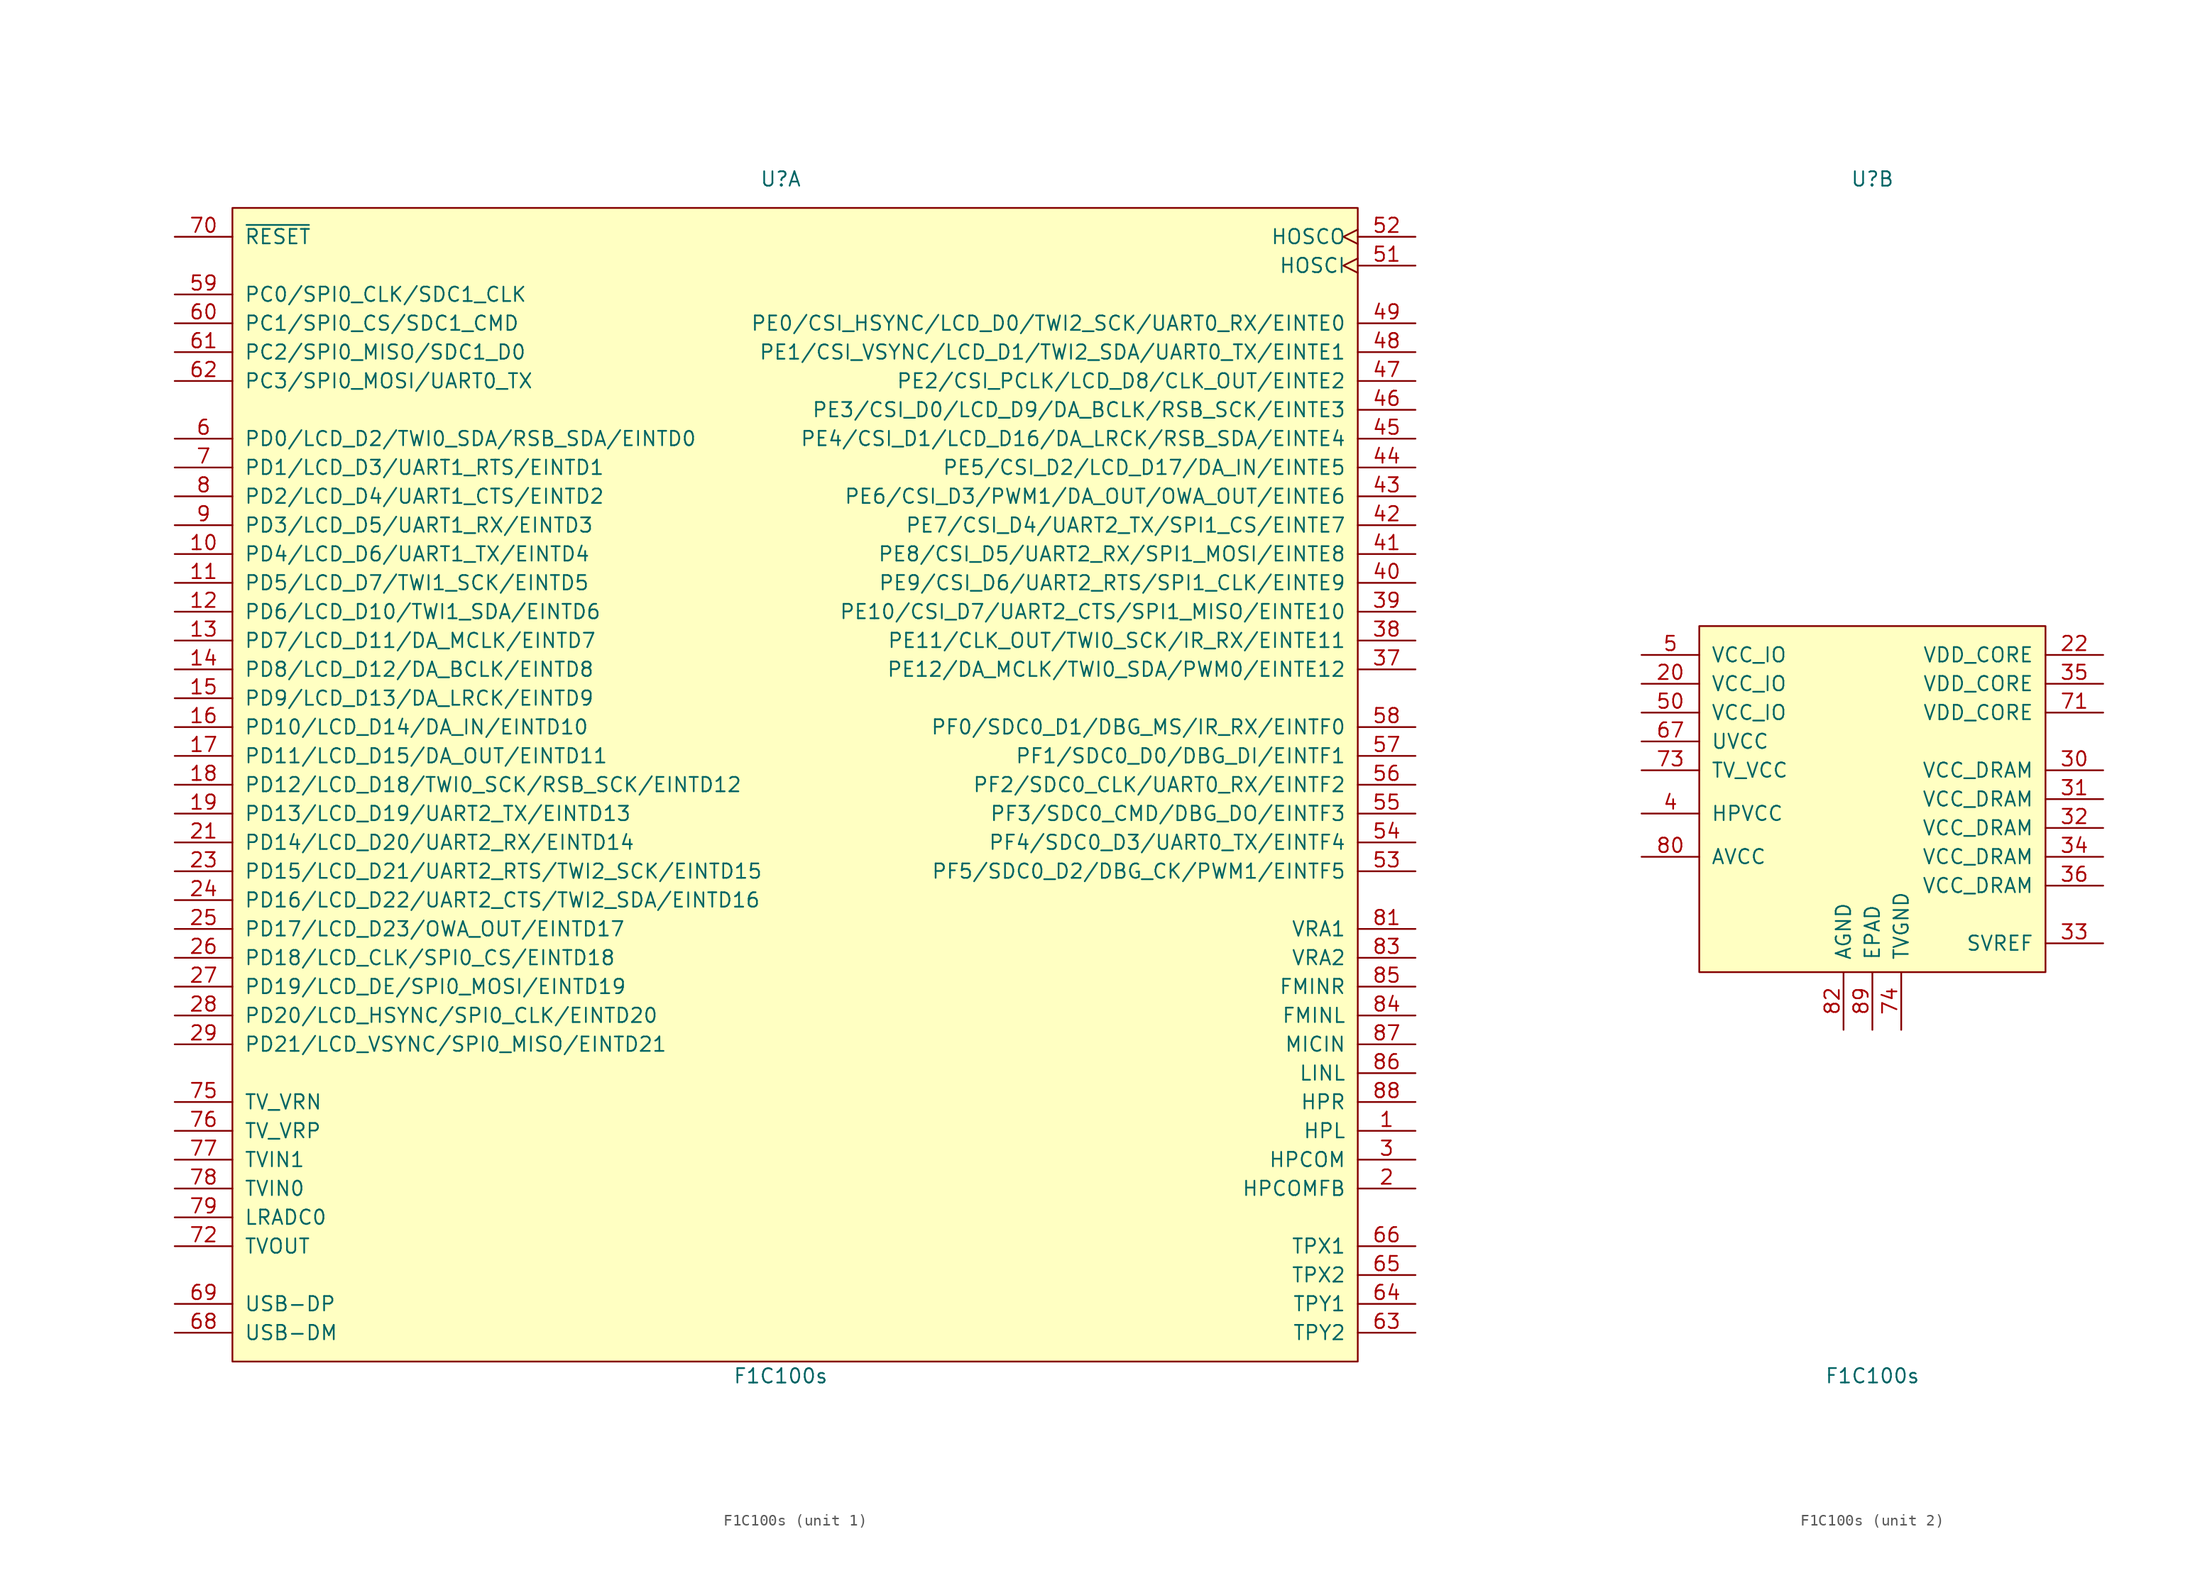
<source format=kicad_sym>
(kicad_symbol_lib
  (version 20211014)
  (generator kicad_symbol_editor)
  (symbol "F1C100s"
    (pin_names
      (offset 1.016))
    (property "Reference" "U"
      (at 0 53.34 0)
      (effects (font (size 1.27 1.27))))
    (property "Value" "F1C100s"
      (at 0 -52.07 0)
      (effects (font (size 1.27 1.27))))
    (property "ki_locked" ""
      (at 0 0 0)
      (effects (font (size 1.27 1.27))))
    (symbol "F1C100s_1_0"
      (pin output line (at 55.88 -30.48 180) (length 5.08) (name "HPL" (effects (font (size 1.27 1.27)))) (number "1" (effects (font (size 1.27 1.27)))))
      (pin bidirectional line (at -53.34 20.32 0) (length 5.08) (name "PD4/LCD_D6/UART1_TX/EINTD4" (effects (font (size 1.27 1.27)))) (number "10" (effects (font (size 1.27 1.27)))))
      (pin bidirectional line (at -53.34 17.78 0) (length 5.08) (name "PD5/LCD_D7/TWI1_SCK/EINTD5" (effects (font (size 1.27 1.27)))) (number "11" (effects (font (size 1.27 1.27)))))
      (pin bidirectional line (at -53.34 15.24 0) (length 5.08) (name "PD6/LCD_D10/TWI1_SDA/EINTD6" (effects (font (size 1.27 1.27)))) (number "12" (effects (font (size 1.27 1.27)))))
      (pin bidirectional line (at -53.34 12.7 0) (length 5.08) (name "PD7/LCD_D11/DA_MCLK/EINTD7" (effects (font (size 1.27 1.27)))) (number "13" (effects (font (size 1.27 1.27)))))
      (pin bidirectional line (at -53.34 10.16 0) (length 5.08) (name "PD8/LCD_D12/DA_BCLK/EINTD8" (effects (font (size 1.27 1.27)))) (number "14" (effects (font (size 1.27 1.27)))))
      (pin bidirectional line (at -53.34 7.62 0) (length 5.08) (name "PD9/LCD_D13/DA_LRCK/EINTD9" (effects (font (size 1.27 1.27)))) (number "15" (effects (font (size 1.27 1.27)))))
      (pin bidirectional line (at -53.34 5.08 0) (length 5.08) (name "PD10/LCD_D14/DA_IN/EINTD10" (effects (font (size 1.27 1.27)))) (number "16" (effects (font (size 1.27 1.27)))))
      (pin bidirectional line (at -53.34 2.54 0) (length 5.08) (name "PD11/LCD_D15/DA_OUT/EINTD11" (effects (font (size 1.27 1.27)))) (number "17" (effects (font (size 1.27 1.27)))))
      (pin bidirectional line (at -53.34 0 0) (length 5.08) (name "PD12/LCD_D18/TWI0_SCK/RSB_SCK/EINTD12" (effects (font (size 1.27 1.27)))) (number "18" (effects (font (size 1.27 1.27)))))
      (pin bidirectional line (at -53.34 -2.54 0) (length 5.08) (name "PD13/LCD_D19/UART2_TX/EINTD13" (effects (font (size 1.27 1.27)))) (number "19" (effects (font (size 1.27 1.27)))))
      (pin input line (at 55.88 -35.56 180) (length 5.08) (name "HPCOMFB" (effects (font (size 1.27 1.27)))) (number "2" (effects (font (size 1.27 1.27)))))
      (pin bidirectional line (at -53.34 -5.08 0) (length 5.08) (name "PD14/LCD_D20/UART2_RX/EINTD14" (effects (font (size 1.27 1.27)))) (number "21" (effects (font (size 1.27 1.27)))))
      (pin bidirectional line (at -53.34 -7.62 0) (length 5.08) (name "PD15/LCD_D21/UART2_RTS/TWI2_SCK/EINTD15" (effects (font (size 1.27 1.27)))) (number "23" (effects (font (size 1.27 1.27)))))
      (pin bidirectional line (at -53.34 -10.16 0) (length 5.08) (name "PD16/LCD_D22/UART2_CTS/TWI2_SDA/EINTD16" (effects (font (size 1.27 1.27)))) (number "24" (effects (font (size 1.27 1.27)))))
      (pin bidirectional line (at -53.34 -12.7 0) (length 5.08) (name "PD17/LCD_D23/OWA_OUT/EINTD17" (effects (font (size 1.27 1.27)))) (number "25" (effects (font (size 1.27 1.27)))))
      (pin bidirectional line (at -53.34 -15.24 0) (length 5.08) (name "PD18/LCD_CLK/SPI0_CS/EINTD18" (effects (font (size 1.27 1.27)))) (number "26" (effects (font (size 1.27 1.27)))))
      (pin bidirectional line (at -53.34 -17.78 0) (length 5.08) (name "PD19/LCD_DE/SPI0_MOSI/EINTD19" (effects (font (size 1.27 1.27)))) (number "27" (effects (font (size 1.27 1.27)))))
      (pin bidirectional line (at -53.34 -20.32 0) (length 5.08) (name "PD20/LCD_HSYNC/SPI0_CLK/EINTD20" (effects (font (size 1.27 1.27)))) (number "28" (effects (font (size 1.27 1.27)))))
      (pin bidirectional line (at -53.34 -22.86 0) (length 5.08) (name "PD21/LCD_VSYNC/SPI0_MISO/EINTD21" (effects (font (size 1.27 1.27)))) (number "29" (effects (font (size 1.27 1.27)))))
      (pin output line (at 55.88 -33.02 180) (length 5.08) (name "HPCOM" (effects (font (size 1.27 1.27)))) (number "3" (effects (font (size 1.27 1.27)))))
      (pin bidirectional line (at 55.88 10.16 180) (length 5.08) (name "PE12/DA_MCLK/TWI0_SDA/PWM0/EINTE12" (effects (font (size 1.27 1.27)))) (number "37" (effects (font (size 1.27 1.27)))))
      (pin bidirectional line (at 55.88 12.7 180) (length 5.08) (name "PE11/CLK_OUT/TWI0_SCK/IR_RX/EINTE11" (effects (font (size 1.27 1.27)))) (number "38" (effects (font (size 1.27 1.27)))))
      (pin bidirectional line (at 55.88 15.24 180) (length 5.08) (name "PE10/CSI_D7/UART2_CTS/SPI1_MISO/EINTE10" (effects (font (size 1.27 1.27)))) (number "39" (effects (font (size 1.27 1.27)))))
      (pin bidirectional line (at 55.88 17.78 180) (length 5.08) (name "PE9/CSI_D6/UART2_RTS/SPI1_CLK/EINTE9" (effects (font (size 1.27 1.27)))) (number "40" (effects (font (size 1.27 1.27)))))
      (pin bidirectional line (at 55.88 20.32 180) (length 5.08) (name "PE8/CSI_D5/UART2_RX/SPI1_MOSI/EINTE8" (effects (font (size 1.27 1.27)))) (number "41" (effects (font (size 1.27 1.27)))))
      (pin bidirectional line (at 55.88 22.86 180) (length 5.08) (name "PE7/CSI_D4/UART2_TX/SPI1_CS/EINTE7" (effects (font (size 1.27 1.27)))) (number "42" (effects (font (size 1.27 1.27)))))
      (pin bidirectional line (at 55.88 25.4 180) (length 5.08) (name "PE6/CSI_D3/PWM1/DA_OUT/OWA_OUT/EINTE6" (effects (font (size 1.27 1.27)))) (number "43" (effects (font (size 1.27 1.27)))))
      (pin bidirectional line (at 55.88 27.94 180) (length 5.08) (name "PE5/CSI_D2/LCD_D17/DA_IN/EINTE5" (effects (font (size 1.27 1.27)))) (number "44" (effects (font (size 1.27 1.27)))))
      (pin bidirectional line (at 55.88 30.48 180) (length 5.08) (name "PE4/CSI_D1/LCD_D16/DA_LRCK/RSB_SDA/EINTE4" (effects (font (size 1.27 1.27)))) (number "45" (effects (font (size 1.27 1.27)))))
      (pin bidirectional line (at 55.88 33.02 180) (length 5.08) (name "PE3/CSI_D0/LCD_D9/DA_BCLK/RSB_SCK/EINTE3" (effects (font (size 1.27 1.27)))) (number "46" (effects (font (size 1.27 1.27)))))
      (pin bidirectional line (at 55.88 35.56 180) (length 5.08) (name "PE2/CSI_PCLK/LCD_D8/CLK_OUT/EINTE2" (effects (font (size 1.27 1.27)))) (number "47" (effects (font (size 1.27 1.27)))))
      (pin bidirectional line (at 55.88 38.1 180) (length 5.08) (name "PE1/CSI_VSYNC/LCD_D1/TWI2_SDA/UART0_TX/EINTE1" (effects (font (size 1.27 1.27)))) (number "48" (effects (font (size 1.27 1.27)))))
      (pin bidirectional line (at 55.88 40.64 180) (length 5.08) (name "PE0/CSI_HSYNC/LCD_D0/TWI2_SCK/UART0_RX/EINTE0" (effects (font (size 1.27 1.27)))) (number "49" (effects (font (size 1.27 1.27)))))
      (pin input clock (at 55.88 45.72 180) (length 5.08) (name "HOSCI" (effects (font (size 1.27 1.27)))) (number "51" (effects (font (size 1.27 1.27)))))
      (pin input clock (at 55.88 48.26 180) (length 5.08) (name "HOSCO" (effects (font (size 1.27 1.27)))) (number "52" (effects (font (size 1.27 1.27)))))
      (pin bidirectional line (at 55.88 -7.62 180) (length 5.08) (name "PF5/SDC0_D2/DBG_CK/PWM1/EINTF5" (effects (font (size 1.27 1.27)))) (number "53" (effects (font (size 1.27 1.27)))))
      (pin bidirectional line (at 55.88 -5.08 180) (length 5.08) (name "PF4/SDC0_D3/UART0_TX/EINTF4" (effects (font (size 1.27 1.27)))) (number "54" (effects (font (size 1.27 1.27)))))
      (pin bidirectional line (at 55.88 -2.54 180) (length 5.08) (name "PF3/SDC0_CMD/DBG_DO/EINTF3" (effects (font (size 1.27 1.27)))) (number "55" (effects (font (size 1.27 1.27)))))
      (pin bidirectional line (at 55.88 0 180) (length 5.08) (name "PF2/SDC0_CLK/UART0_RX/EINTF2" (effects (font (size 1.27 1.27)))) (number "56" (effects (font (size 1.27 1.27)))))
      (pin bidirectional line (at 55.88 2.54 180) (length 5.08) (name "PF1/SDC0_D0/DBG_DI/EINTF1" (effects (font (size 1.27 1.27)))) (number "57" (effects (font (size 1.27 1.27)))))
      (pin bidirectional line (at 55.88 5.08 180) (length 5.08) (name "PF0/SDC0_D1/DBG_MS/IR_RX/EINTF0" (effects (font (size 1.27 1.27)))) (number "58" (effects (font (size 1.27 1.27)))))
      (pin bidirectional line (at -53.34 43.18 0) (length 5.08) (name "PC0/SPI0_CLK/SDC1_CLK" (effects (font (size 1.27 1.27)))) (number "59" (effects (font (size 1.27 1.27)))))
      (pin bidirectional line (at -53.34 30.48 0) (length 5.08) (name "PD0/LCD_D2/TWI0_SDA/RSB_SDA/EINTD0" (effects (font (size 1.27 1.27)))) (number "6" (effects (font (size 1.27 1.27)))))
      (pin bidirectional line (at -53.34 40.64 0) (length 5.08) (name "PC1/SPI0_CS/SDC1_CMD" (effects (font (size 1.27 1.27)))) (number "60" (effects (font (size 1.27 1.27)))))
      (pin bidirectional line (at -53.34 38.1 0) (length 5.08) (name "PC2/SPI0_MISO/SDC1_D0" (effects (font (size 1.27 1.27)))) (number "61" (effects (font (size 1.27 1.27)))))
      (pin bidirectional line (at -53.34 35.56 0) (length 5.08) (name "PC3/SPI0_MOSI/UART0_TX" (effects (font (size 1.27 1.27)))) (number "62" (effects (font (size 1.27 1.27)))))
      (pin input line (at 55.88 -48.26 180) (length 5.08) (name "TPY2" (effects (font (size 1.27 1.27)))) (number "63" (effects (font (size 1.27 1.27)))))
      (pin input line (at 55.88 -45.72 180) (length 5.08) (name "TPY1" (effects (font (size 1.27 1.27)))) (number "64" (effects (font (size 1.27 1.27)))))
      (pin input line (at 55.88 -43.18 180) (length 5.08) (name "TPX2" (effects (font (size 1.27 1.27)))) (number "65" (effects (font (size 1.27 1.27)))))
      (pin input line (at 55.88 -40.64 180) (length 5.08) (name "TPX1" (effects (font (size 1.27 1.27)))) (number "66" (effects (font (size 1.27 1.27)))))
      (pin bidirectional line (at -53.34 -48.26 0) (length 5.08) (name "USB-DM" (effects (font (size 1.27 1.27)))) (number "68" (effects (font (size 1.27 1.27)))))
      (pin bidirectional line (at -53.34 -45.72 0) (length 5.08) (name "USB-DP" (effects (font (size 1.27 1.27)))) (number "69" (effects (font (size 1.27 1.27)))))
      (pin bidirectional line (at -53.34 27.94 0) (length 5.08) (name "PD1/LCD_D3/UART1_RTS/EINTD1" (effects (font (size 1.27 1.27)))) (number "7" (effects (font (size 1.27 1.27)))))
      (pin input line (at -53.34 48.26 0) (length 5.08) (name "~{RESET}" (effects (font (size 1.27 1.27)))) (number "70" (effects (font (size 1.27 1.27)))))
      (pin output line (at -53.34 -40.64 0) (length 5.08) (name "TVOUT" (effects (font (size 1.27 1.27)))) (number "72" (effects (font (size 1.27 1.27)))))
      (pin input line (at -53.34 -27.94 0) (length 5.08) (name "TV_VRN" (effects (font (size 1.27 1.27)))) (number "75" (effects (font (size 1.27 1.27)))))
      (pin input line (at -53.34 -30.48 0) (length 5.08) (name "TV_VRP" (effects (font (size 1.27 1.27)))) (number "76" (effects (font (size 1.27 1.27)))))
      (pin input line (at -53.34 -33.02 0) (length 5.08) (name "TVIN1" (effects (font (size 1.27 1.27)))) (number "77" (effects (font (size 1.27 1.27)))))
      (pin input line (at -53.34 -35.56 0) (length 5.08) (name "TVIN0" (effects (font (size 1.27 1.27)))) (number "78" (effects (font (size 1.27 1.27)))))
      (pin input line (at -53.34 -38.1 0) (length 5.08) (name "LRADC0" (effects (font (size 1.27 1.27)))) (number "79" (effects (font (size 1.27 1.27)))))
      (pin bidirectional line (at -53.34 25.4 0) (length 5.08) (name "PD2/LCD_D4/UART1_CTS/EINTD2" (effects (font (size 1.27 1.27)))) (number "8" (effects (font (size 1.27 1.27)))))
      (pin input line (at 55.88 -20.32 180) (length 5.08) (name "FMINL" (effects (font (size 1.27 1.27)))) (number "84" (effects (font (size 1.27 1.27)))))
      (pin input line (at 55.88 -17.78 180) (length 5.08) (name "FMINR" (effects (font (size 1.27 1.27)))) (number "85" (effects (font (size 1.27 1.27)))))
      (pin input line (at 55.88 -25.4 180) (length 5.08) (name "LINL" (effects (font (size 1.27 1.27)))) (number "86" (effects (font (size 1.27 1.27)))))
      (pin input line (at 55.88 -22.86 180) (length 5.08) (name "MICIN" (effects (font (size 1.27 1.27)))) (number "87" (effects (font (size 1.27 1.27)))))
      (pin output line (at 55.88 -27.94 180) (length 5.08) (name "HPR" (effects (font (size 1.27 1.27)))) (number "88" (effects (font (size 1.27 1.27)))))
      (pin bidirectional line (at -53.34 22.86 0) (length 5.08) (name "PD3/LCD_D5/UART1_RX/EINTD3" (effects (font (size 1.27 1.27)))) (number "9" (effects (font (size 1.27 1.27))))))
    (symbol "F1C100s_1_1"
      (rectangle (start -48.26 50.8) (end 50.8 -50.8) (stroke (width 0) (type default) (color 0 0 0 0)) (fill (type background)))
      (pin output line (at 55.88 -12.7 180) (length 5.08) (name "VRA1" (effects (font (size 1.27 1.27)))) (number "81" (effects (font (size 1.27 1.27)))))
      (pin output line (at 55.88 -15.24 180) (length 5.08) (name "VRA2" (effects (font (size 1.27 1.27)))) (number "83" (effects (font (size 1.27 1.27))))))
    (symbol "F1C100s_2_0"
      (pin power_in line (at -20.32 8.89 0) (length 5.08) (name "VCC_IO" (effects (font (size 1.27 1.27)))) (number "20" (effects (font (size 1.27 1.27)))))
      (pin power_in line (at 20.32 11.43 180) (length 5.08) (name "VDD_CORE" (effects (font (size 1.27 1.27)))) (number "22" (effects (font (size 1.27 1.27)))))
      (pin power_in line (at 20.32 1.27 180) (length 5.08) (name "VCC_DRAM" (effects (font (size 1.27 1.27)))) (number "30" (effects (font (size 1.27 1.27)))))
      (pin power_in line (at 20.32 -1.27 180) (length 5.08) (name "VCC_DRAM" (effects (font (size 1.27 1.27)))) (number "31" (effects (font (size 1.27 1.27)))))
      (pin power_in line (at 20.32 -3.81 180) (length 5.08) (name "VCC_DRAM" (effects (font (size 1.27 1.27)))) (number "32" (effects (font (size 1.27 1.27)))))
      (pin input line (at 20.32 -13.97 180) (length 5.08) (name "SVREF" (effects (font (size 1.27 1.27)))) (number "33" (effects (font (size 1.27 1.27)))))
      (pin power_in line (at 20.32 -6.35 180) (length 5.08) (name "VCC_DRAM" (effects (font (size 1.27 1.27)))) (number "34" (effects (font (size 1.27 1.27)))))
      (pin power_in line (at 20.32 8.89 180) (length 5.08) (name "VDD_CORE" (effects (font (size 1.27 1.27)))) (number "35" (effects (font (size 1.27 1.27)))))
      (pin power_in line (at 20.32 -8.89 180) (length 5.08) (name "VCC_DRAM" (effects (font (size 1.27 1.27)))) (number "36" (effects (font (size 1.27 1.27)))))
      (pin power_in line (at -20.32 -2.54 0) (length 5.08) (name "HPVCC" (effects (font (size 1.27 1.27)))) (number "4" (effects (font (size 1.27 1.27)))))
      (pin power_in line (at -20.32 11.43 0) (length 5.08) (name "VCC_IO" (effects (font (size 1.27 1.27)))) (number "5" (effects (font (size 1.27 1.27)))))
      (pin power_in line (at -20.32 6.35 0) (length 5.08) (name "VCC_IO" (effects (font (size 1.27 1.27)))) (number "50" (effects (font (size 1.27 1.27)))))
      (pin power_in line (at -20.32 3.81 0) (length 5.08) (name "UVCC" (effects (font (size 1.27 1.27)))) (number "67" (effects (font (size 1.27 1.27)))))
      (pin power_in line (at 20.32 6.35 180) (length 5.08) (name "VDD_CORE" (effects (font (size 1.27 1.27)))) (number "71" (effects (font (size 1.27 1.27)))))
      (pin power_in line (at -20.32 1.27 0) (length 5.08) (name "TV_VCC" (effects (font (size 1.27 1.27)))) (number "73" (effects (font (size 1.27 1.27)))))
      (pin power_in line (at 2.54 -21.59 90) (length 5.08) (name "TVGND" (effects (font (size 1.27 1.27)))) (number "74" (effects (font (size 1.27 1.27)))))
      (pin power_in line (at -20.32 -6.35 0) (length 5.08) (name "AVCC" (effects (font (size 1.27 1.27)))) (number "80" (effects (font (size 1.27 1.27)))))
      (pin power_in line (at -2.54 -21.59 90) (length 5.08) (name "AGND" (effects (font (size 1.27 1.27)))) (number "82" (effects (font (size 1.27 1.27)))))
      (pin power_in line (at 0 -21.59 90) (length 5.08) (name "EPAD" (effects (font (size 1.27 1.27)))) (number "89" (effects (font (size 1.27 1.27))))))
    (symbol "F1C100s_2_1"
      (rectangle (start -15.24 13.97) (end 15.24 -16.51) (stroke (width 0) (type default) (color 0 0 0 0)) (fill (type background))))))
</source>
